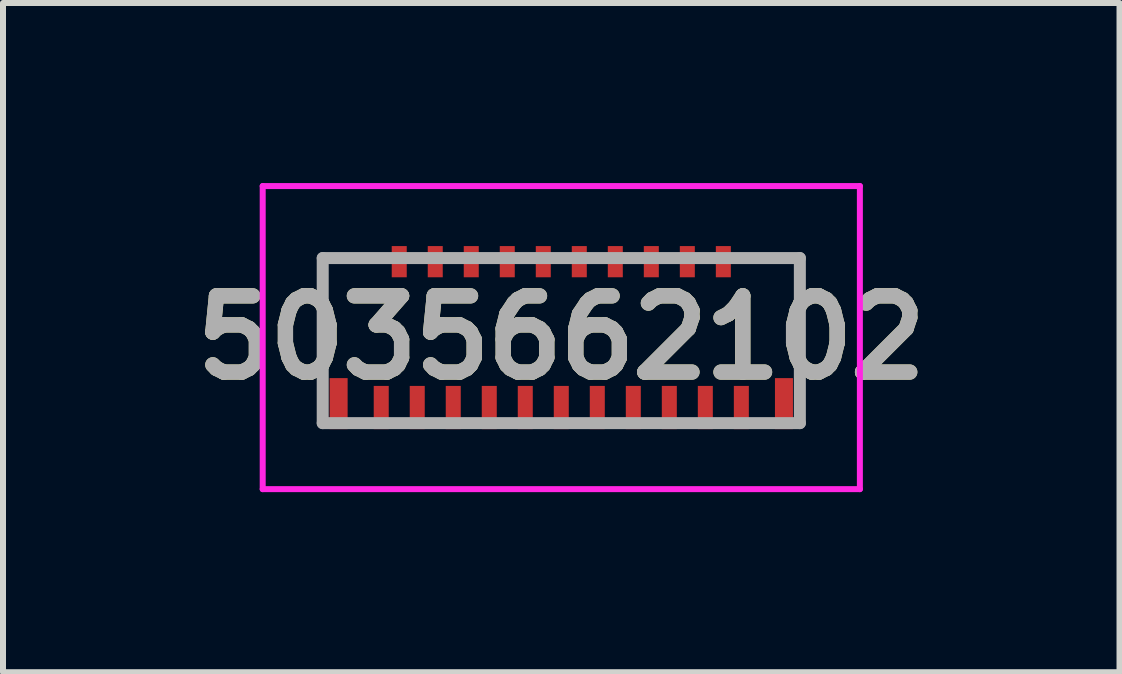
<source format=kicad_pcb>
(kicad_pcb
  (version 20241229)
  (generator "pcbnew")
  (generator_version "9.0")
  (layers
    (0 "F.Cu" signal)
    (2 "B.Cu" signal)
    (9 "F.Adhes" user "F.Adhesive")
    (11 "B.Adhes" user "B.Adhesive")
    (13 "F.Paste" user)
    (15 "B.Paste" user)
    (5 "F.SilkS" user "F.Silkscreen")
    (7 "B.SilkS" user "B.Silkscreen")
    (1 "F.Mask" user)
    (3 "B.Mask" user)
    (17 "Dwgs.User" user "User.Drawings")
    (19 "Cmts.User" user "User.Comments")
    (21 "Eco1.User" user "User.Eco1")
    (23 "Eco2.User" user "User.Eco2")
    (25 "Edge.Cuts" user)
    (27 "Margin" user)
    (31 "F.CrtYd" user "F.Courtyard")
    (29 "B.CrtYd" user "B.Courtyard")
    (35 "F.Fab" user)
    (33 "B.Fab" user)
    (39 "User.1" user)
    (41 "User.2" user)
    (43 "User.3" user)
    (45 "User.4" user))
  (footprint "5035662102"
    (layer "F.Cu")
    (at 6.302 2.575)
    (property "Reference" "5035662102" (at 0 0 0) (layer "F.SilkS") (effects (font (size 1.27 1.27) (thickness 0.254))))
    (attr smd)
    (fp_line (start -3.975 -1.325) (end -3.975 0.25) (stroke (width 0.1) (type solid)) (layer "F.SilkS"))
    (fp_line (start -3.2 -1.325) (end -3.975 -1.325) (stroke (width 0.1) (type solid)) (layer "F.SilkS"))
    (fp_line (start 3.2 -1.325) (end 3.975 -1.325) (stroke (width 0.1) (type solid)) (layer "F.SilkS"))
    (fp_line (start 3.975 -1.325) (end 3.975 0.25) (stroke (width 0.1) (type solid)) (layer "F.SilkS"))
    (fp_line (start -4.975 -2.525) (end 4.975 -2.525) (stroke (width 0.1) (type solid)) (layer "F.CrtYd"))
    (fp_line (start -4.975 2.525) (end -4.975 -2.525) (stroke (width 0.1) (type solid)) (layer "F.CrtYd"))
    (fp_line (start 4.975 -2.525) (end 4.975 2.525) (stroke (width 0.1) (type solid)) (layer "F.CrtYd"))
    (fp_line (start 4.975 2.525) (end -4.975 2.525) (stroke (width 0.1) (type solid)) (layer "F.CrtYd"))
    (fp_line (start -3.975 -1.325) (end 3.975 -1.325) (stroke (width 0.2) (type solid)) (layer "F.Fab"))
    (fp_line (start -3.975 1.425) (end -3.975 -1.325) (stroke (width 0.2) (type solid)) (layer "F.Fab"))
    (fp_line (start 3.975 -1.325) (end 3.975 1.425) (stroke (width 0.2) (type solid)) (layer "F.Fab"))
    (fp_line (start 3.975 1.425) (end -3.975 1.425) (stroke (width 0.2) (type solid)) (layer "F.Fab"))
    (fp_text user "${REFERENCE}" (at 0 0 0) (layer "F.Fab") (effects (font (size 1.27 1.27) (thickness 0.254))))
    (pad "1" smd rect (at 3 1.165) (size 0.25 0.72) (layers "F.Cu" "F.Mask" "F.Paste"))
    (pad "2" smd rect (at 2.7 -1.265) (size 0.25 0.52) (layers "F.Cu" "F.Mask" "F.Paste"))
    (pad "3" smd rect (at 2.4 1.165) (size 0.25 0.72) (layers "F.Cu" "F.Mask" "F.Paste"))
    (pad "4" smd rect (at 2.1 -1.265) (size 0.25 0.52) (layers "F.Cu" "F.Mask" "F.Paste"))
    (pad "5" smd rect (at 1.8 1.165) (size 0.25 0.72) (layers "F.Cu" "F.Mask" "F.Paste"))
    (pad "6" smd rect (at 1.5 -1.265) (size 0.25 0.52) (layers "F.Cu" "F.Mask" "F.Paste"))
    (pad "7" smd rect (at 1.2 1.165) (size 0.25 0.72) (layers "F.Cu" "F.Mask" "F.Paste"))
    (pad "8" smd rect (at 0.9 -1.265) (size 0.25 0.52) (layers "F.Cu" "F.Mask" "F.Paste"))
    (pad "9" smd rect (at 0.6 1.165) (size 0.25 0.72) (layers "F.Cu" "F.Mask" "F.Paste"))
    (pad "10" smd rect (at 0.3 -1.265) (size 0.25 0.52) (layers "F.Cu" "F.Mask" "F.Paste"))
    (pad "11" smd rect (at 0 1.165) (size 0.25 0.72) (layers "F.Cu" "F.Mask" "F.Paste"))
    (pad "12" smd rect (at -0.3 -1.265) (size 0.25 0.52) (layers "F.Cu" "F.Mask" "F.Paste"))
    (pad "13" smd rect (at -0.6 1.165) (size 0.25 0.72) (layers "F.Cu" "F.Mask" "F.Paste"))
    (pad "14" smd rect (at -0.9 -1.265) (size 0.25 0.52) (layers "F.Cu" "F.Mask" "F.Paste"))
    (pad "15" smd rect (at -1.2 1.165) (size 0.25 0.72) (layers "F.Cu" "F.Mask" "F.Paste"))
    (pad "16" smd rect (at -1.5 -1.265) (size 0.25 0.52) (layers "F.Cu" "F.Mask" "F.Paste"))
    (pad "17" smd rect (at -1.8 1.165) (size 0.25 0.72) (layers "F.Cu" "F.Mask" "F.Paste"))
    (pad "18" smd rect (at -2.1 -1.265) (size 0.25 0.52) (layers "F.Cu" "F.Mask" "F.Paste"))
    (pad "19" smd rect (at -2.4 1.165) (size 0.25 0.72) (layers "F.Cu" "F.Mask" "F.Paste"))
    (pad "20" smd rect (at -2.7 -1.265) (size 0.25 0.52) (layers "F.Cu" "F.Mask" "F.Paste"))
    (pad "21" smd rect (at -3 1.165) (size 0.25 0.72) (layers "F.Cu" "F.Mask" "F.Paste"))
    (pad "MP" smd rect (at -3.71 1.1) (size 0.3 0.85) (layers "F.Cu" "F.Mask" "F.Paste"))
    (pad "MP" smd rect (at 3.71 1.1) (size 0.3 0.85) (layers "F.Cu" "F.Mask" "F.Paste")))
  (gr_rect
    (start -3 -3)
    (end 15.603 8.15)
    (stroke (width 0.1) (type default))
    (fill no)
    (layer "Edge.Cuts")))
</source>
